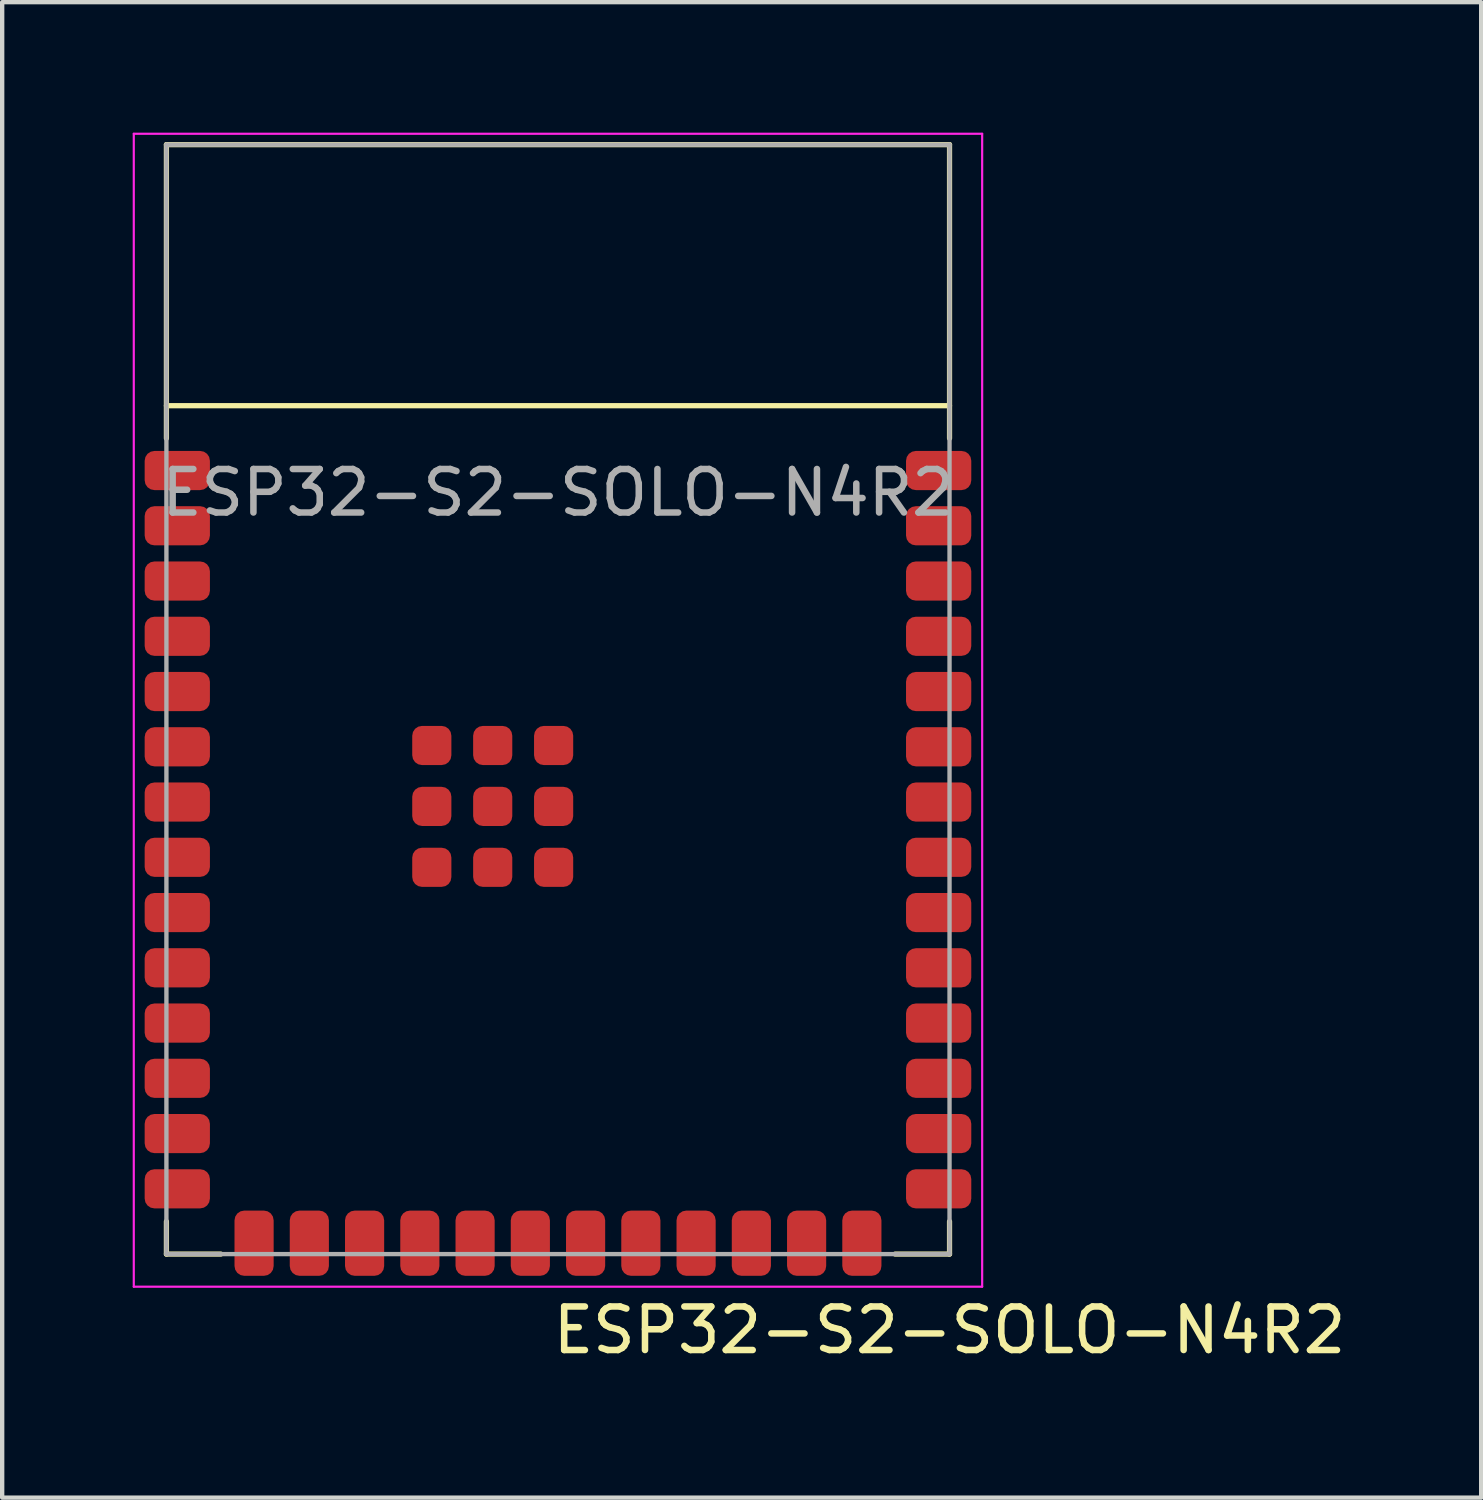
<source format=kicad_pcb>
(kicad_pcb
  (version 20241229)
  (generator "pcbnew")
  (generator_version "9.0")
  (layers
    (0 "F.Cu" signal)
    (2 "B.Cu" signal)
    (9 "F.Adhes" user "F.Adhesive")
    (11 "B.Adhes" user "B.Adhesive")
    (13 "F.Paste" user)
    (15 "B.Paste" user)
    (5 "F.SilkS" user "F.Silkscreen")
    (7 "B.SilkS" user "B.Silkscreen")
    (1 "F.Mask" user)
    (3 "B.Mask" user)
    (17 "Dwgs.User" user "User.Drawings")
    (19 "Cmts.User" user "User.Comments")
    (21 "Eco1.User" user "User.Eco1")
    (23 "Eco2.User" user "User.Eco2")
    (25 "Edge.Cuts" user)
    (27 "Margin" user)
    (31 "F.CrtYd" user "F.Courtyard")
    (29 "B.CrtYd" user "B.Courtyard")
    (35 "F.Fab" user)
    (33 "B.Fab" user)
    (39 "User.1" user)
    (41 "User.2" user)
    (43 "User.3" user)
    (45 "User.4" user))
  (footprint "ESP32-S2-SOLO-N4R2"
    (layer "F.Cu")
    (at 9.775 0.275)
    (property "Reference" "ESP32-S2-SOLO-N4R2" (at 9 27.25 0) (unlocked yes) (layer "F.SilkS") (effects (font (size 1 1) (thickness 0.15))))
    (attr smd)
    (fp_line (start -9 0) (end 9 0) (stroke (width 0.12) (type solid)) (layer "F.SilkS"))
    (fp_line (start -9 6) (end 9 6) (stroke (width 0.12) (type solid)) (layer "F.SilkS"))
    (fp_line (start -9 6.75) (end -9 0) (stroke (width 0.12) (type solid)) (layer "F.SilkS"))
    (fp_line (start -9 24.75) (end -9 25.5) (stroke (width 0.12) (type solid)) (layer "F.SilkS"))
    (fp_line (start -9 25.5) (end -7.75 25.5) (stroke (width 0.12) (type solid)) (layer "F.SilkS"))
    (fp_line (start 9 0) (end 9 6.75) (stroke (width 0.12) (type solid)) (layer "F.SilkS"))
    (fp_line (start 9 24.75) (end 9 25.5) (stroke (width 0.12) (type solid)) (layer "F.SilkS"))
    (fp_line (start 9 25.5) (end 7.75 25.5) (stroke (width 0.12) (type solid)) (layer "F.SilkS"))
    (fp_line (start -9.75 -0.25) (end 9.75 -0.25) (stroke (width 0.05) (type solid)) (layer "F.CrtYd"))
    (fp_line (start -9.75 26.25) (end -9.75 -0.25) (stroke (width 0.05) (type solid)) (layer "F.CrtYd"))
    (fp_line (start 9.75 -0.25) (end 9.75 26.25) (stroke (width 0.05) (type solid)) (layer "F.CrtYd"))
    (fp_line (start 9.75 26.25) (end -9.75 26.25) (stroke (width 0.05) (type solid)) (layer "F.CrtYd"))
    (fp_line (start -9 0) (end -9 25.5) (stroke (width 0.1) (type solid)) (layer "F.Fab"))
    (fp_line (start -9 25.5) (end 9 25.5) (stroke (width 0.1) (type solid)) (layer "F.Fab"))
    (fp_line (start 9 0) (end -9 0) (stroke (width 0.1) (type solid)) (layer "F.Fab"))
    (fp_line (start 9 25.5) (end 9 0) (stroke (width 0.1) (type solid)) (layer "F.Fab"))
    (fp_text user "${REFERENCE}" (at 0 8 0) (unlocked yes) (layer "F.Fab") (effects (font (size 1 1) (thickness 0.15))))
    (pad "1" smd roundrect (at -8.75 7.49 90) (size 0.9 1.5) (layers "F.Cu" "F.Mask" "F.Paste") (roundrect_rratio 0.25))
    (pad "2" smd roundrect (at -8.75 8.76 90) (size 0.9 1.5) (layers "F.Cu" "F.Mask" "F.Paste") (roundrect_rratio 0.25))
    (pad "3" smd roundrect (at -8.75 10.03 90) (size 0.9 1.5) (layers "F.Cu" "F.Mask" "F.Paste") (roundrect_rratio 0.25))
    (pad "4" smd roundrect (at -8.75 11.3 90) (size 0.9 1.5) (layers "F.Cu" "F.Mask" "F.Paste") (roundrect_rratio 0.25))
    (pad "5" smd roundrect (at -8.75 12.57 90) (size 0.9 1.5) (layers "F.Cu" "F.Mask" "F.Paste") (roundrect_rratio 0.25))
    (pad "6" smd roundrect (at -8.75 13.84 90) (size 0.9 1.5) (layers "F.Cu" "F.Mask" "F.Paste") (roundrect_rratio 0.25))
    (pad "7" smd roundrect (at -8.75 15.11 90) (size 0.9 1.5) (layers "F.Cu" "F.Mask" "F.Paste") (roundrect_rratio 0.25))
    (pad "8" smd roundrect (at -8.75 16.38 90) (size 0.9 1.5) (layers "F.Cu" "F.Mask" "F.Paste") (roundrect_rratio 0.25))
    (pad "9" smd roundrect (at -8.75 17.65 90) (size 0.9 1.5) (layers "F.Cu" "F.Mask" "F.Paste") (roundrect_rratio 0.25))
    (pad "10" smd roundrect (at -8.75 18.92 90) (size 0.9 1.5) (layers "F.Cu" "F.Mask" "F.Paste") (roundrect_rratio 0.25))
    (pad "11" smd roundrect (at -8.75 20.19 90) (size 0.9 1.5) (layers "F.Cu" "F.Mask" "F.Paste") (roundrect_rratio 0.25))
    (pad "12" smd roundrect (at -8.75 21.46 90) (size 0.9 1.5) (layers "F.Cu" "F.Mask" "F.Paste") (roundrect_rratio 0.25))
    (pad "13" smd roundrect (at -8.75 22.73 90) (size 0.9 1.5) (layers "F.Cu" "F.Mask" "F.Paste") (roundrect_rratio 0.25))
    (pad "14" smd roundrect (at -8.75 24 90) (size 0.9 1.5) (layers "F.Cu" "F.Mask" "F.Paste") (roundrect_rratio 0.25))
    (pad "15" smd roundrect (at -6.985 25.25 180) (size 0.9 1.5) (layers "F.Cu" "F.Mask" "F.Paste") (roundrect_rratio 0.25))
    (pad "16" smd roundrect (at -5.715 25.25 180) (size 0.9 1.5) (layers "F.Cu" "F.Mask" "F.Paste") (roundrect_rratio 0.25))
    (pad "17" smd roundrect (at -4.445 25.25 180) (size 0.9 1.5) (layers "F.Cu" "F.Mask" "F.Paste") (roundrect_rratio 0.25))
    (pad "18" smd roundrect (at -3.175 25.25 180) (size 0.9 1.5) (layers "F.Cu" "F.Mask" "F.Paste") (roundrect_rratio 0.25))
    (pad "19" smd roundrect (at -1.905 25.25 180) (size 0.9 1.5) (layers "F.Cu" "F.Mask" "F.Paste") (roundrect_rratio 0.25))
    (pad "20" smd roundrect (at -0.635 25.25 180) (size 0.9 1.5) (layers "F.Cu" "F.Mask" "F.Paste") (roundrect_rratio 0.25))
    (pad "21" smd roundrect (at 0.635 25.25 180) (size 0.9 1.5) (layers "F.Cu" "F.Mask" "F.Paste") (roundrect_rratio 0.25))
    (pad "22" smd roundrect (at 1.905 25.25 180) (size 0.9 1.5) (layers "F.Cu" "F.Mask" "F.Paste") (roundrect_rratio 0.25))
    (pad "23" smd roundrect (at 3.175 25.25 180) (size 0.9 1.5) (layers "F.Cu" "F.Mask" "F.Paste") (roundrect_rratio 0.25))
    (pad "24" smd roundrect (at 4.445 25.25 180) (size 0.9 1.5) (layers "F.Cu" "F.Mask" "F.Paste") (roundrect_rratio 0.25))
    (pad "25" smd roundrect (at 5.715 25.25 180) (size 0.9 1.5) (layers "F.Cu" "F.Mask" "F.Paste") (roundrect_rratio 0.25))
    (pad "26" smd roundrect (at 6.985 25.25 180) (size 0.9 1.5) (layers "F.Cu" "F.Mask" "F.Paste") (roundrect_rratio 0.25))
    (pad "27" smd roundrect (at 8.75 24 270) (size 0.9 1.5) (layers "F.Cu" "F.Mask" "F.Paste") (roundrect_rratio 0.25))
    (pad "28" smd roundrect (at 8.75 22.73 270) (size 0.9 1.5) (layers "F.Cu" "F.Mask" "F.Paste") (roundrect_rratio 0.25))
    (pad "29" smd roundrect (at 8.75 21.46 270) (size 0.9 1.5) (layers "F.Cu" "F.Mask" "F.Paste") (roundrect_rratio 0.25))
    (pad "30" smd roundrect (at 8.75 20.19 270) (size 0.9 1.5) (layers "F.Cu" "F.Mask" "F.Paste") (roundrect_rratio 0.25))
    (pad "31" smd roundrect (at 8.75 18.92 270) (size 0.9 1.5) (layers "F.Cu" "F.Mask" "F.Paste") (roundrect_rratio 0.25))
    (pad "32" smd roundrect (at 8.75 17.65 270) (size 0.9 1.5) (layers "F.Cu" "F.Mask" "F.Paste") (roundrect_rratio 0.25))
    (pad "33" smd roundrect (at 8.75 16.38 270) (size 0.9 1.5) (layers "F.Cu" "F.Mask" "F.Paste") (roundrect_rratio 0.25))
    (pad "34" smd roundrect (at 8.75 15.11 270) (size 0.9 1.5) (layers "F.Cu" "F.Mask" "F.Paste") (roundrect_rratio 0.25))
    (pad "35" smd roundrect (at 8.75 13.84 270) (size 0.9 1.5) (layers "F.Cu" "F.Mask" "F.Paste") (roundrect_rratio 0.25))
    (pad "36" smd roundrect (at 8.75 12.57 270) (size 0.9 1.5) (layers "F.Cu" "F.Mask" "F.Paste") (roundrect_rratio 0.25))
    (pad "37" smd roundrect (at 8.75 11.3 270) (size 0.9 1.5) (layers "F.Cu" "F.Mask" "F.Paste") (roundrect_rratio 0.25))
    (pad "38" smd roundrect (at 8.75 10.03 270) (size 0.9 1.5) (layers "F.Cu" "F.Mask" "F.Paste") (roundrect_rratio 0.25))
    (pad "39" smd roundrect (at 8.75 8.76 270) (size 0.9 1.5) (layers "F.Cu" "F.Mask" "F.Paste") (roundrect_rratio 0.25))
    (pad "40" smd roundrect (at 8.75 7.49 270) (size 0.9 1.5) (layers "F.Cu" "F.Mask" "F.Paste") (roundrect_rratio 0.25))
    (pad "41" smd roundrect (at -2.9 13.81 270) (size 0.9 0.9) (layers "F.Cu" "F.Mask" "F.Paste") (roundrect_rratio 0.25))
    (pad "41" smd roundrect (at -2.9 15.21 270) (size 0.9 0.9) (layers "F.Cu" "F.Mask" "F.Paste") (roundrect_rratio 0.25))
    (pad "41" smd roundrect (at -2.9 16.61 270) (size 0.9 0.9) (layers "F.Cu" "F.Mask" "F.Paste") (roundrect_rratio 0.25))
    (pad "41" smd roundrect (at -1.5 13.81 270) (size 0.9 0.9) (layers "F.Cu" "F.Mask" "F.Paste") (roundrect_rratio 0.25))
    (pad "41" smd roundrect (at -1.5 15.21 270) (size 0.9 0.9) (layers "F.Cu" "F.Mask" "F.Paste") (roundrect_rratio 0.25))
    (pad "41" smd roundrect (at -1.5 16.61 270) (size 0.9 0.9) (layers "F.Cu" "F.Mask" "F.Paste") (roundrect_rratio 0.25))
    (pad "41" smd roundrect (at -0.1 13.81 270) (size 0.9 0.9) (layers "F.Cu" "F.Mask" "F.Paste") (roundrect_rratio 0.25))
    (pad "41" smd roundrect (at -0.1 15.21 270) (size 0.9 0.9) (layers "F.Cu" "F.Mask" "F.Paste") (roundrect_rratio 0.25))
    (pad "41" smd roundrect (at -0.1 16.61 270) (size 0.9 0.9) (layers "F.Cu" "F.Mask" "F.Paste") (roundrect_rratio 0.25)))
  (gr_rect
    (start -3 -3)
    (end 30.995 31.373)
    (stroke (width 0.1) (type default))
    (fill no)
    (layer "Edge.Cuts")))
</source>
